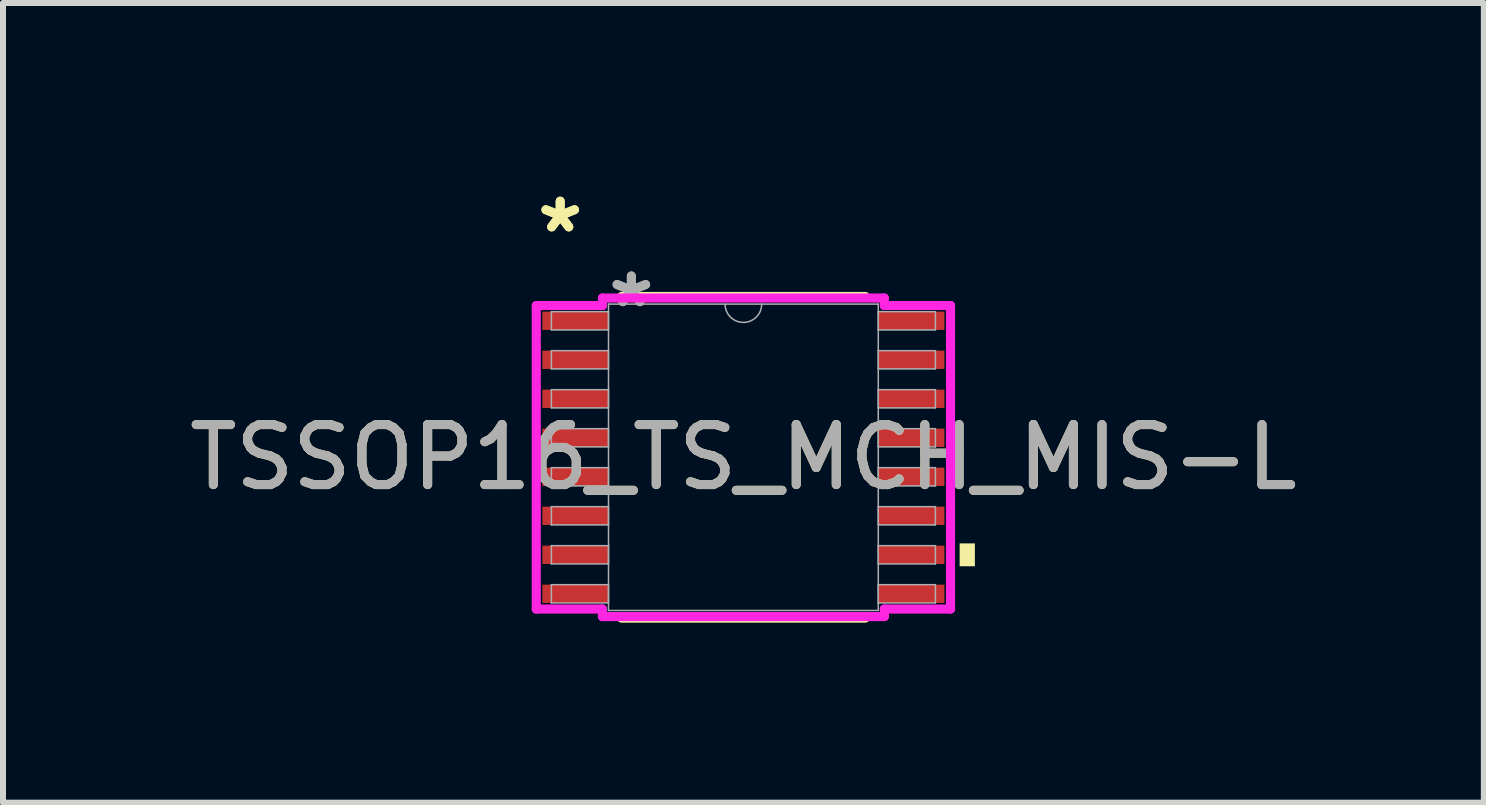
<source format=kicad_pcb>
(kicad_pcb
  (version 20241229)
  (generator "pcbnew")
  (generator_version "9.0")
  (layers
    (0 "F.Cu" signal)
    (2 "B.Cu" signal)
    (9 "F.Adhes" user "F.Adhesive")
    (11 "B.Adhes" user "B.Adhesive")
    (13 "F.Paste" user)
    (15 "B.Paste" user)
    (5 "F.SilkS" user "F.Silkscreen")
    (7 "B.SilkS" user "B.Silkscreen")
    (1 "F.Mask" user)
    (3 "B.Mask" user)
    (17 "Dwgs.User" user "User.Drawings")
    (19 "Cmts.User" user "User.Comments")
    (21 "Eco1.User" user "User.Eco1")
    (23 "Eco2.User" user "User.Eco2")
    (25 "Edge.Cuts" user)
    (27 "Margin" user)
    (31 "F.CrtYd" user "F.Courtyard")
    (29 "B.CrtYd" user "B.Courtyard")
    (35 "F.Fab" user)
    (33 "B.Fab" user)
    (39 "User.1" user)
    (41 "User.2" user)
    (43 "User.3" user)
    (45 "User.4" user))
  (footprint "TSSOP16_TS_MCH_MIS-L"
    (layer "F.Cu")
    (at 9.339 4.571)
    (property "Reference" "TSSOP16_TS_MCH_MIS-L" (at 0 0 0) (unlocked yes) (layer "F.SilkS") (effects (font (size 1 1) (thickness 0.15))))
    (attr smd)
    (fp_line (start -2.031 2.68) (end 2.031 2.68) (stroke (width 0.152) (type solid)) (layer "F.SilkS"))
    (fp_line (start 2.031 -2.68) (end -2.031 -2.68) (stroke (width 0.152) (type solid)) (layer "F.SilkS"))
    (fp_poly (pts (xy 3.858 1.435) (xy 3.858 1.816) (xy 3.604 1.816) (xy 3.604 1.435)) (stroke (width 0) (type solid)) (fill yes) (layer "F.SilkS"))
    (fp_line (start -3.452 -2.529) (end -2.349 -2.529) (stroke (width 0.152) (type solid)) (layer "F.CrtYd"))
    (fp_line (start -3.452 2.529) (end -3.452 -2.529) (stroke (width 0.152) (type solid)) (layer "F.CrtYd"))
    (fp_line (start -3.452 2.529) (end -2.349 2.529) (stroke (width 0.152) (type solid)) (layer "F.CrtYd"))
    (fp_line (start -2.349 -2.654) (end 2.349 -2.654) (stroke (width 0.152) (type solid)) (layer "F.CrtYd"))
    (fp_line (start -2.349 -2.529) (end -2.349 -2.654) (stroke (width 0.152) (type solid)) (layer "F.CrtYd"))
    (fp_line (start -2.349 2.654) (end -2.349 2.529) (stroke (width 0.152) (type solid)) (layer "F.CrtYd"))
    (fp_line (start 2.349 -2.654) (end 2.349 -2.529) (stroke (width 0.152) (type solid)) (layer "F.CrtYd"))
    (fp_line (start 2.349 2.529) (end 2.349 2.654) (stroke (width 0.152) (type solid)) (layer "F.CrtYd"))
    (fp_line (start 2.349 2.654) (end -2.349 2.654) (stroke (width 0.152) (type solid)) (layer "F.CrtYd"))
    (fp_line (start 3.452 -2.529) (end 2.349 -2.529) (stroke (width 0.152) (type solid)) (layer "F.CrtYd"))
    (fp_line (start 3.452 -2.529) (end 3.452 2.529) (stroke (width 0.152) (type solid)) (layer "F.CrtYd"))
    (fp_line (start 3.452 2.529) (end 2.349 2.529) (stroke (width 0.152) (type solid)) (layer "F.CrtYd"))
    (fp_line (start -3.2 -2.427) (end -3.2 -2.123) (stroke (width 0.025) (type solid)) (layer "F.Fab"))
    (fp_line (start -3.2 -2.123) (end -2.248 -2.123) (stroke (width 0.025) (type solid)) (layer "F.Fab"))
    (fp_line (start -3.2 -1.777) (end -3.2 -1.473) (stroke (width 0.025) (type solid)) (layer "F.Fab"))
    (fp_line (start -3.2 -1.473) (end -2.248 -1.473) (stroke (width 0.025) (type solid)) (layer "F.Fab"))
    (fp_line (start -3.2 -1.127) (end -3.2 -0.823) (stroke (width 0.025) (type solid)) (layer "F.Fab"))
    (fp_line (start -3.2 -0.823) (end -2.248 -0.823) (stroke (width 0.025) (type solid)) (layer "F.Fab"))
    (fp_line (start -3.2 -0.477) (end -3.2 -0.173) (stroke (width 0.025) (type solid)) (layer "F.Fab"))
    (fp_line (start -3.2 -0.173) (end -2.248 -0.173) (stroke (width 0.025) (type solid)) (layer "F.Fab"))
    (fp_line (start -3.2 0.173) (end -3.2 0.477) (stroke (width 0.025) (type solid)) (layer "F.Fab"))
    (fp_line (start -3.2 0.477) (end -2.248 0.477) (stroke (width 0.025) (type solid)) (layer "F.Fab"))
    (fp_line (start -3.2 0.823) (end -3.2 1.127) (stroke (width 0.025) (type solid)) (layer "F.Fab"))
    (fp_line (start -3.2 1.127) (end -2.248 1.127) (stroke (width 0.025) (type solid)) (layer "F.Fab"))
    (fp_line (start -3.2 1.473) (end -3.2 1.777) (stroke (width 0.025) (type solid)) (layer "F.Fab"))
    (fp_line (start -3.2 1.777) (end -2.248 1.777) (stroke (width 0.025) (type solid)) (layer "F.Fab"))
    (fp_line (start -3.2 2.123) (end -3.2 2.427) (stroke (width 0.025) (type solid)) (layer "F.Fab"))
    (fp_line (start -3.2 2.427) (end -2.248 2.427) (stroke (width 0.025) (type solid)) (layer "F.Fab"))
    (fp_line (start -2.248 -2.553) (end -2.248 2.553) (stroke (width 0.025) (type solid)) (layer "F.Fab"))
    (fp_line (start -2.248 -2.427) (end -3.2 -2.427) (stroke (width 0.025) (type solid)) (layer "F.Fab"))
    (fp_line (start -2.248 -2.123) (end -2.248 -2.427) (stroke (width 0.025) (type solid)) (layer "F.Fab"))
    (fp_line (start -2.248 -1.777) (end -3.2 -1.777) (stroke (width 0.025) (type solid)) (layer "F.Fab"))
    (fp_line (start -2.248 -1.473) (end -2.248 -1.777) (stroke (width 0.025) (type solid)) (layer "F.Fab"))
    (fp_line (start -2.248 -1.127) (end -3.2 -1.127) (stroke (width 0.025) (type solid)) (layer "F.Fab"))
    (fp_line (start -2.248 -0.823) (end -2.248 -1.127) (stroke (width 0.025) (type solid)) (layer "F.Fab"))
    (fp_line (start -2.248 -0.477) (end -3.2 -0.477) (stroke (width 0.025) (type solid)) (layer "F.Fab"))
    (fp_line (start -2.248 -0.173) (end -2.248 -0.477) (stroke (width 0.025) (type solid)) (layer "F.Fab"))
    (fp_line (start -2.248 0.173) (end -3.2 0.173) (stroke (width 0.025) (type solid)) (layer "F.Fab"))
    (fp_line (start -2.248 0.477) (end -2.248 0.173) (stroke (width 0.025) (type solid)) (layer "F.Fab"))
    (fp_line (start -2.248 0.823) (end -3.2 0.823) (stroke (width 0.025) (type solid)) (layer "F.Fab"))
    (fp_line (start -2.248 1.127) (end -2.248 0.823) (stroke (width 0.025) (type solid)) (layer "F.Fab"))
    (fp_line (start -2.248 1.473) (end -3.2 1.473) (stroke (width 0.025) (type solid)) (layer "F.Fab"))
    (fp_line (start -2.248 1.777) (end -2.248 1.473) (stroke (width 0.025) (type solid)) (layer "F.Fab"))
    (fp_line (start -2.248 2.123) (end -3.2 2.123) (stroke (width 0.025) (type solid)) (layer "F.Fab"))
    (fp_line (start -2.248 2.427) (end -2.248 2.123) (stroke (width 0.025) (type solid)) (layer "F.Fab"))
    (fp_line (start -2.248 2.553) (end 2.248 2.553) (stroke (width 0.025) (type solid)) (layer "F.Fab"))
    (fp_line (start 2.248 -2.553) (end -2.248 -2.553) (stroke (width 0.025) (type solid)) (layer "F.Fab"))
    (fp_line (start 2.248 -2.427) (end 2.248 -2.123) (stroke (width 0.025) (type solid)) (layer "F.Fab"))
    (fp_line (start 2.248 -2.123) (end 3.2 -2.123) (stroke (width 0.025) (type solid)) (layer "F.Fab"))
    (fp_line (start 2.248 -1.777) (end 2.248 -1.473) (stroke (width 0.025) (type solid)) (layer "F.Fab"))
    (fp_line (start 2.248 -1.473) (end 3.2 -1.473) (stroke (width 0.025) (type solid)) (layer "F.Fab"))
    (fp_line (start 2.248 -1.127) (end 2.248 -0.823) (stroke (width 0.025) (type solid)) (layer "F.Fab"))
    (fp_line (start 2.248 -0.823) (end 3.2 -0.823) (stroke (width 0.025) (type solid)) (layer "F.Fab"))
    (fp_line (start 2.248 -0.477) (end 2.248 -0.173) (stroke (width 0.025) (type solid)) (layer "F.Fab"))
    (fp_line (start 2.248 -0.173) (end 3.2 -0.173) (stroke (width 0.025) (type solid)) (layer "F.Fab"))
    (fp_line (start 2.248 0.173) (end 2.248 0.477) (stroke (width 0.025) (type solid)) (layer "F.Fab"))
    (fp_line (start 2.248 0.477) (end 3.2 0.477) (stroke (width 0.025) (type solid)) (layer "F.Fab"))
    (fp_line (start 2.248 0.823) (end 2.248 1.127) (stroke (width 0.025) (type solid)) (layer "F.Fab"))
    (fp_line (start 2.248 1.127) (end 3.2 1.127) (stroke (width 0.025) (type solid)) (layer "F.Fab"))
    (fp_line (start 2.248 1.473) (end 2.248 1.777) (stroke (width 0.025) (type solid)) (layer "F.Fab"))
    (fp_line (start 2.248 1.777) (end 3.2 1.777) (stroke (width 0.025) (type solid)) (layer "F.Fab"))
    (fp_line (start 2.248 2.123) (end 2.248 2.427) (stroke (width 0.025) (type solid)) (layer "F.Fab"))
    (fp_line (start 2.248 2.427) (end 3.2 2.427) (stroke (width 0.025) (type solid)) (layer "F.Fab"))
    (fp_line (start 2.248 2.553) (end 2.248 -2.553) (stroke (width 0.025) (type solid)) (layer "F.Fab"))
    (fp_line (start 3.2 -2.427) (end 2.248 -2.427) (stroke (width 0.025) (type solid)) (layer "F.Fab"))
    (fp_line (start 3.2 -2.123) (end 3.2 -2.427) (stroke (width 0.025) (type solid)) (layer "F.Fab"))
    (fp_line (start 3.2 -1.777) (end 2.248 -1.777) (stroke (width 0.025) (type solid)) (layer "F.Fab"))
    (fp_line (start 3.2 -1.473) (end 3.2 -1.777) (stroke (width 0.025) (type solid)) (layer "F.Fab"))
    (fp_line (start 3.2 -1.127) (end 2.248 -1.127) (stroke (width 0.025) (type solid)) (layer "F.Fab"))
    (fp_line (start 3.2 -0.823) (end 3.2 -1.127) (stroke (width 0.025) (type solid)) (layer "F.Fab"))
    (fp_line (start 3.2 -0.477) (end 2.248 -0.477) (stroke (width 0.025) (type solid)) (layer "F.Fab"))
    (fp_line (start 3.2 -0.173) (end 3.2 -0.477) (stroke (width 0.025) (type solid)) (layer "F.Fab"))
    (fp_line (start 3.2 0.173) (end 2.248 0.173) (stroke (width 0.025) (type solid)) (layer "F.Fab"))
    (fp_line (start 3.2 0.477) (end 3.2 0.173) (stroke (width 0.025) (type solid)) (layer "F.Fab"))
    (fp_line (start 3.2 0.823) (end 2.248 0.823) (stroke (width 0.025) (type solid)) (layer "F.Fab"))
    (fp_line (start 3.2 1.127) (end 3.2 0.823) (stroke (width 0.025) (type solid)) (layer "F.Fab"))
    (fp_line (start 3.2 1.473) (end 2.248 1.473) (stroke (width 0.025) (type solid)) (layer "F.Fab"))
    (fp_line (start 3.2 1.777) (end 3.2 1.473) (stroke (width 0.025) (type solid)) (layer "F.Fab"))
    (fp_line (start 3.2 2.123) (end 2.248 2.123) (stroke (width 0.025) (type solid)) (layer "F.Fab"))
    (fp_line (start 3.2 2.427) (end 3.2 2.123) (stroke (width 0.025) (type solid)) (layer "F.Fab"))
    (fp_arc (start 0.3048 -2.5527) (mid 0 -2.2479) (end -0.3048 -2.5527) (stroke (width 0.0254) (type solid)) (layer "F.Fab"))
    (fp_text user "*" (at -3.053 -3.723 0) (layer "F.SilkS") (effects (font (size 1 1) (thickness 0.15))))
    (fp_text user "*" (at -3.053 -3.723 0) (unlocked yes) (layer "F.SilkS") (effects (font (size 1 1) (thickness 0.15))))
    (fp_text user "*" (at -1.867 -2.477 0) (unlocked yes) (layer "F.Fab") (effects (font (size 1 1) (thickness 0.15))))
    (fp_text user "*" (at -1.867 -2.477 0) (layer "F.Fab") (effects (font (size 1 1) (thickness 0.15))))
    (fp_text user "${REFERENCE}" (at 0 0 0) (unlocked yes) (layer "F.Fab") (effects (font (size 1 1) (thickness 0.15))))
    (pad "1" smd rect (at -2.799 -2.275) (size 1.102 0.305) (layers "F.Cu" "F.Mask" "F.Paste"))
    (pad "2" smd rect (at -2.799 -1.625) (size 1.102 0.305) (layers "F.Cu" "F.Mask" "F.Paste"))
    (pad "3" smd rect (at -2.799 -0.975) (size 1.102 0.305) (layers "F.Cu" "F.Mask" "F.Paste"))
    (pad "4" smd rect (at -2.799 -0.325) (size 1.102 0.305) (layers "F.Cu" "F.Mask" "F.Paste"))
    (pad "5" smd rect (at -2.799 0.325) (size 1.102 0.305) (layers "F.Cu" "F.Mask" "F.Paste"))
    (pad "6" smd rect (at -2.799 0.975) (size 1.102 0.305) (layers "F.Cu" "F.Mask" "F.Paste"))
    (pad "7" smd rect (at -2.799 1.625) (size 1.102 0.305) (layers "F.Cu" "F.Mask" "F.Paste"))
    (pad "8" smd rect (at -2.799 2.275) (size 1.102 0.305) (layers "F.Cu" "F.Mask" "F.Paste"))
    (pad "9" smd rect (at 2.799 2.275) (size 1.102 0.305) (layers "F.Cu" "F.Mask" "F.Paste"))
    (pad "10" smd rect (at 2.799 1.625) (size 1.102 0.305) (layers "F.Cu" "F.Mask" "F.Paste"))
    (pad "11" smd rect (at 2.799 0.975) (size 1.102 0.305) (layers "F.Cu" "F.Mask" "F.Paste"))
    (pad "12" smd rect (at 2.799 0.325) (size 1.102 0.305) (layers "F.Cu" "F.Mask" "F.Paste"))
    (pad "13" smd rect (at 2.799 -0.325) (size 1.102 0.305) (layers "F.Cu" "F.Mask" "F.Paste"))
    (pad "14" smd rect (at 2.799 -0.975) (size 1.102 0.305) (layers "F.Cu" "F.Mask" "F.Paste"))
    (pad "15" smd rect (at 2.799 -1.625) (size 1.102 0.305) (layers "F.Cu" "F.Mask" "F.Paste"))
    (pad "16" smd rect (at 2.799 -2.275) (size 1.102 0.305) (layers "F.Cu" "F.Mask" "F.Paste")))
  (gr_rect
    (start -3 -3)
    (end 21.679 10.327)
    (stroke (width 0.1) (type default))
    (fill no)
    (layer "Edge.Cuts")))
</source>
